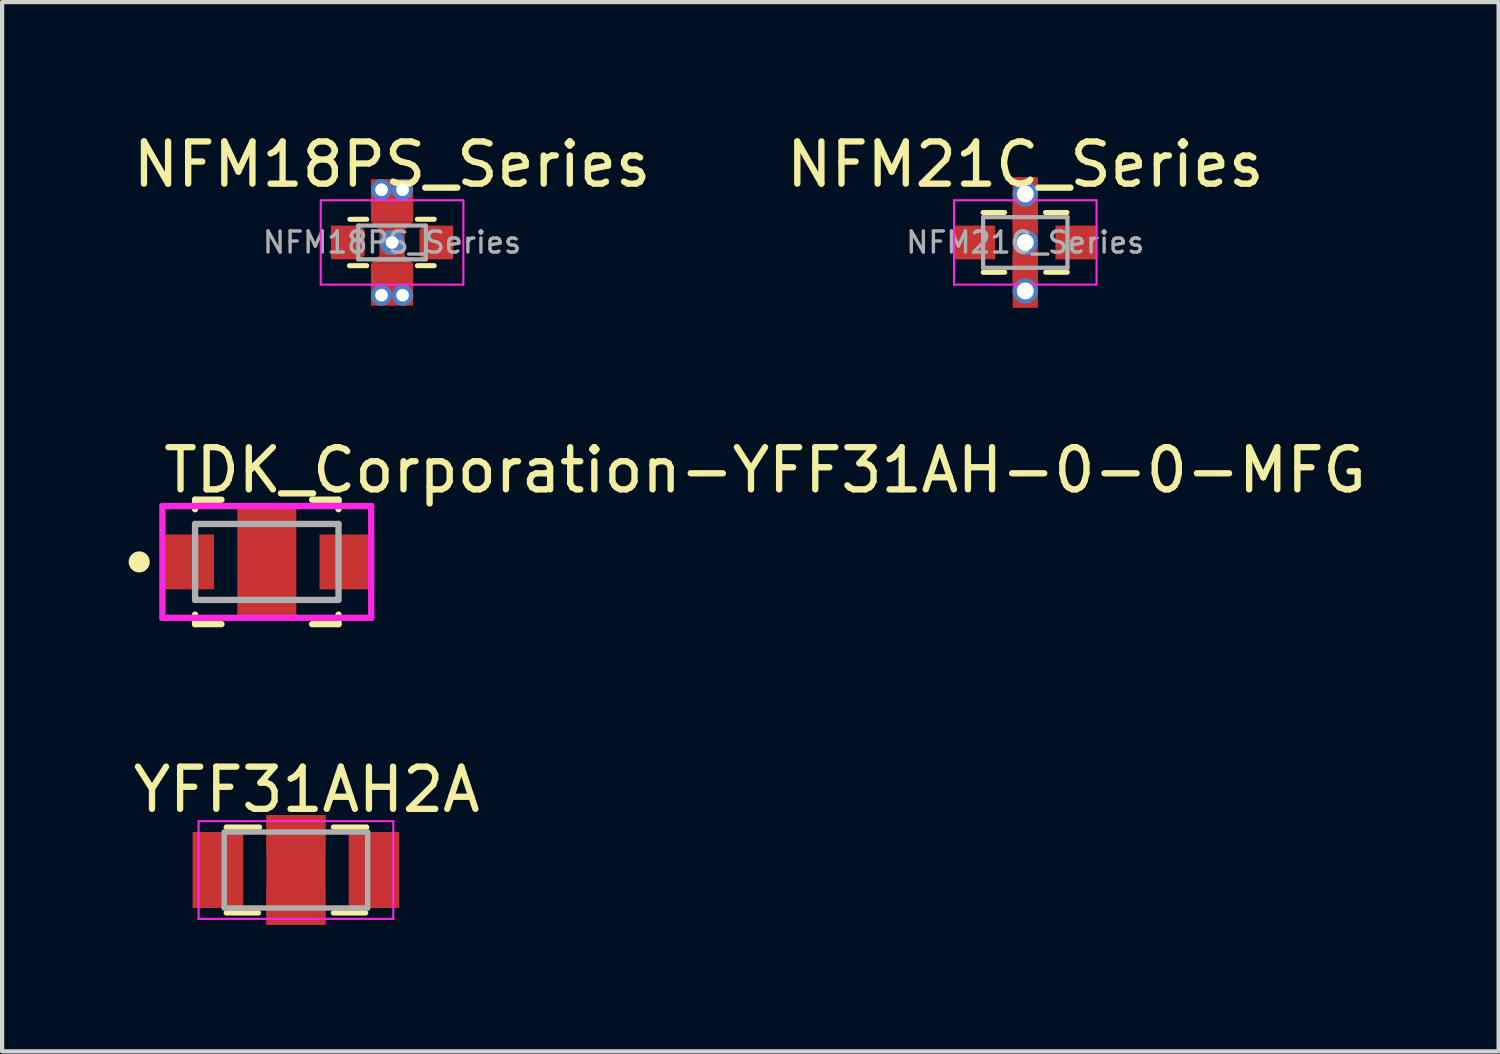
<source format=kicad_pcb>
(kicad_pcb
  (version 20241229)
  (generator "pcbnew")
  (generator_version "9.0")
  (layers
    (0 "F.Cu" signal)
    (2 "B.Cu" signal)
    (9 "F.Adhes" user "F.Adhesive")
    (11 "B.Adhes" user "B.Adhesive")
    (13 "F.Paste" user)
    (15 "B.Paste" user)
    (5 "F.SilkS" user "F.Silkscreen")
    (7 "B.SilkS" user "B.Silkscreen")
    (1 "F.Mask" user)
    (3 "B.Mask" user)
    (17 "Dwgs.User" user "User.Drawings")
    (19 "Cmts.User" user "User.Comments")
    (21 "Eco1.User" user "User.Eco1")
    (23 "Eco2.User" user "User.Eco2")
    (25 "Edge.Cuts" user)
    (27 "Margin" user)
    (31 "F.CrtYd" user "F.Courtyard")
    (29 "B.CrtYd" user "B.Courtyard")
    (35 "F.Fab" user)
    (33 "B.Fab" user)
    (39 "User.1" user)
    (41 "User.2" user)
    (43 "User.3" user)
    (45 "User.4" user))
  (footprint "NFM21C_Series"
    (layer "F.Cu")
    (at 21.256 2.698)
    (property "Reference" "NFM21C_Series" (at 0 -1.85 0) (layer "F.SilkS") (effects (font (size 1 1) (thickness 0.15))))
    (attr smd)
    (fp_line (start -1 -0.71) (end -0.49 -0.711) (stroke (width 0.12) (type solid)) (layer "F.SilkS"))
    (fp_line (start -0.996 0.709) (end -0.486 0.707) (stroke (width 0.12) (type solid)) (layer "F.SilkS"))
    (fp_line (start 0.988 -0.711) (end 0.478 -0.71) (stroke (width 0.12) (type solid)) (layer "F.SilkS"))
    (fp_line (start 0.996 0.706) (end 0.486 0.707) (stroke (width 0.12) (type solid)) (layer "F.SilkS"))
    (fp_line (start -1.69 -1) (end 1.69 -1) (stroke (width 0.05) (type solid)) (layer "F.CrtYd"))
    (fp_line (start -1.69 1) (end -1.69 -1) (stroke (width 0.05) (type solid)) (layer "F.CrtYd"))
    (fp_line (start 1.69 -1) (end 1.69 1) (stroke (width 0.05) (type solid)) (layer "F.CrtYd"))
    (fp_line (start 1.69 1) (end -1.69 1) (stroke (width 0.05) (type solid)) (layer "F.CrtYd"))
    (fp_line (start -1 -0.6) (end 1 -0.6) (stroke (width 0.1) (type solid)) (layer "F.Fab"))
    (fp_line (start -1 0.6) (end -1 -0.6) (stroke (width 0.1) (type solid)) (layer "F.Fab"))
    (fp_line (start 1 -0.6) (end 1 0.6) (stroke (width 0.1) (type solid)) (layer "F.Fab"))
    (fp_line (start 1 0.6) (end -1 0.6) (stroke (width 0.1) (type solid)) (layer "F.Fab"))
    (fp_text user "${REFERENCE}" (at 0 0 0) (layer "F.Fab") (effects (font (size 0.5 0.5) (thickness 0.08))))
    (pad "1" smd rect (at -1.2 0) (size 0.97 0.8) (layers "F.Cu" "F.Mask" "F.Paste"))
    (pad "2" thru_hole circle (at 0 -1.15) (size 0.6 0.6) (drill 0.4) (layers "*.Cu"))
    (pad "2" smd rect (at 0 -0.625) (size 0.6 0.65) (layers "F.Cu" "F.Mask" "F.Paste"))
    (pad "2" thru_hole circle (at 0 0) (size 0.6 0.6) (drill 0.4) (layers "*.Cu"))
    (pad "2" smd rect (at 0 0) (size 0.6 3.1) (layers "F.Cu"))
    (pad "2" smd rect (at 0 0.625) (size 0.6 0.65) (layers "F.Cu" "F.Mask" "F.Paste"))
    (pad "2" thru_hole circle (at 0 1.15) (size 0.6 0.6) (drill 0.4) (layers "*.Cu"))
    (pad "3" smd rect (at 1.2 0) (size 0.97 0.8) (layers "F.Cu" "F.Mask" "F.Paste")))
  (footprint "TDK_Corporation-YFF31AH-0-0-MFG"
    (layer "F.Cu")
    (at 3.275 10.271)
    (property "Reference" "TDK_Corporation-YFF31AH-0-0-MFG" (at -2.525 -2.175 0) (layer "F.SilkS") (effects (font (size 1 1) (thickness 0.15)) (justify left)))
    (attr through_hole)
    (fp_line (start -1.7 -1.475) (end -1.075 -1.475) (stroke (width 0.15) (type solid)) (layer "F.SilkS"))
    (fp_line (start -1.7 -1.25) (end -1.7 -1.475) (stroke (width 0.15) (type solid)) (layer "F.SilkS"))
    (fp_line (start -1.7 1.475) (end -1.7 1.25) (stroke (width 0.15) (type solid)) (layer "F.SilkS"))
    (fp_line (start -1.7 1.475) (end -1.075 1.475) (stroke (width 0.15) (type solid)) (layer "F.SilkS"))
    (fp_line (start 1.075 -1.475) (end 1.7 -1.475) (stroke (width 0.15) (type solid)) (layer "F.SilkS"))
    (fp_line (start 1.075 1.475) (end 1.7 1.475) (stroke (width 0.15) (type solid)) (layer "F.SilkS"))
    (fp_line (start 1.7 -1.25) (end 1.7 -1.475) (stroke (width 0.15) (type solid)) (layer "F.SilkS"))
    (fp_line (start 1.7 1.475) (end 1.7 1.25) (stroke (width 0.15) (type solid)) (layer "F.SilkS"))
    (fp_circle (center -3.025 0) (end -2.9 0) (stroke (width 0.25) (type solid)) (fill no) (layer "F.SilkS"))
    (fp_line (start -2.475 -1.325) (end -2.475 1.325) (stroke (width 0.15) (type solid)) (layer "F.CrtYd"))
    (fp_line (start -2.475 1.325) (end 2.475 1.325) (stroke (width 0.15) (type solid)) (layer "F.CrtYd"))
    (fp_line (start 2.475 -1.325) (end -2.475 -1.325) (stroke (width 0.15) (type solid)) (layer "F.CrtYd"))
    (fp_line (start 2.475 -1.325) (end 2.475 -1.325) (stroke (width 0.15) (type solid)) (layer "F.CrtYd"))
    (fp_line (start 2.475 1.325) (end 2.475 -1.325) (stroke (width 0.15) (type solid)) (layer "F.CrtYd"))
    (fp_line (start -1.7 -0.9) (end 1.7 -0.9) (stroke (width 0.15) (type solid)) (layer "F.Fab"))
    (fp_line (start -1.7 0.9) (end -1.7 -0.9) (stroke (width 0.15) (type solid)) (layer "F.Fab"))
    (fp_line (start 1.7 -0.9) (end 1.7 0.9) (stroke (width 0.15) (type solid)) (layer "F.Fab"))
    (fp_line (start 1.7 0.9) (end -1.7 0.9) (stroke (width 0.15) (type solid)) (layer "F.Fab"))
    (pad "" smd rect (at 0 -0.85) (size 1.4 0.9) (layers "F.Mask" "F.Paste"))
    (pad "" smd rect (at 0 0.85) (size 1.4 0.9) (layers "F.Mask" "F.Paste"))
    (pad "1" smd rect (at -1.85 0) (size 1.2 1.3) (layers "F.Cu" "F.Mask" "F.Paste"))
    (pad "2-4" smd rect (at 0 0) (size 1.4 2.6) (layers "F.Cu"))
    (pad "3" smd rect (at 1.85 0) (size 1.2 1.3) (layers "F.Cu" "F.Mask" "F.Paste")))
  (footprint "YFF31AH2A"
    (layer "F.Cu")
    (at 3.966 17.575)
    (property "Reference" "YFF31AH2A" (at 0.254 -1.905 0) (layer "F.SilkS") (effects (font (size 1 1) (thickness 0.15))))
    (attr smd)
    (fp_line (start -1.651 -1.016) (end -0.863 -1.016) (stroke (width 0.127) (type solid)) (layer "F.SilkS"))
    (fp_line (start -1.651 1.016) (end -0.889 1.016) (stroke (width 0.127) (type solid)) (layer "F.SilkS"))
    (fp_line (start 0.889 -1.016) (end 1.677 -1.016) (stroke (width 0.127) (type solid)) (layer "F.SilkS"))
    (fp_line (start 0.889 1.016) (end 1.651 1.016) (stroke (width 0.127) (type solid)) (layer "F.SilkS"))
    (fp_line (start -2.308 -1.158) (end 2.308 -1.158) (stroke (width 0.05) (type solid)) (layer "F.CrtYd"))
    (fp_line (start -2.308 1.158) (end -2.308 -1.158) (stroke (width 0.05) (type solid)) (layer "F.CrtYd"))
    (fp_line (start -2.308 1.158) (end 2.308 1.158) (stroke (width 0.05) (type solid)) (layer "F.CrtYd"))
    (fp_line (start 2.308 1.158) (end 2.308 -1.158) (stroke (width 0.05) (type solid)) (layer "F.CrtYd"))
    (fp_line (start -1.7 0.9) (end -1.7 -0.9) (stroke (width 0.127) (type solid)) (layer "F.Fab"))
    (fp_line (start 1.7 -0.9) (end -1.7 -0.9) (stroke (width 0.127) (type solid)) (layer "F.Fab"))
    (fp_line (start 1.7 0.9) (end -1.7 0.9) (stroke (width 0.127) (type solid)) (layer "F.Fab"))
    (fp_line (start 1.7 0.9) (end 1.7 -0.9) (stroke (width 0.127) (type solid)) (layer "F.Fab"))
    (pad "1" smd rect (at -1.85 0) (size 1.2 1.8) (layers "F.Cu" "F.Mask" "F.Paste"))
    (pad "2" smd rect (at 0 -0.85) (size 1.4 0.9) (layers "F.Cu" "F.Mask"))
    (pad "2" smd rect (at 0 0) (size 1.4 2.6) (layers "F.Cu" "F.Paste"))
    (pad "2" smd rect (at 0 0.85) (size 1.4 0.9) (layers "F.Cu" "F.Mask"))
    (pad "3" smd rect (at 1.85 0) (size 1.2 1.8) (layers "F.Cu" "F.Mask" "F.Paste")))
  (footprint "NFM18PS_Series"
    (layer "F.Cu")
    (at 6.244 2.698)
    (property "Reference" "NFM18PS_Series" (at 0 -1.85 0) (layer "F.SilkS") (effects (font (size 1 1) (thickness 0.15))))
    (attr smd)
    (fp_line (start -1.01 0.551) (end -0.6 0.55) (stroke (width 0.12) (type solid)) (layer "F.SilkS"))
    (fp_line (start -1 -0.549) (end -0.6 -0.55) (stroke (width 0.12) (type solid)) (layer "F.SilkS"))
    (fp_line (start 1 -0.55) (end 0.6 -0.55) (stroke (width 0.12) (type solid)) (layer "F.SilkS"))
    (fp_line (start 1 0.55) (end 0.6 0.55) (stroke (width 0.12) (type solid)) (layer "F.SilkS"))
    (fp_line (start -1.69 -1) (end 1.69 -1) (stroke (width 0.05) (type solid)) (layer "F.CrtYd"))
    (fp_line (start -1.69 1) (end -1.69 -1) (stroke (width 0.05) (type solid)) (layer "F.CrtYd"))
    (fp_line (start 1.69 -1) (end 1.69 1) (stroke (width 0.05) (type solid)) (layer "F.CrtYd"))
    (fp_line (start 1.69 1) (end -1.69 1) (stroke (width 0.05) (type solid)) (layer "F.CrtYd"))
    (fp_line (start -0.8 -0.4) (end 0.8 -0.4) (stroke (width 0.1) (type solid)) (layer "F.Fab"))
    (fp_line (start -0.8 0.4) (end -0.8 -0.4) (stroke (width 0.1) (type solid)) (layer "F.Fab"))
    (fp_line (start 0.8 -0.4) (end 0.8 0.4) (stroke (width 0.1) (type solid)) (layer "F.Fab"))
    (fp_line (start 0.8 0.4) (end -0.8 0.4) (stroke (width 0.1) (type solid)) (layer "F.Fab"))
    (fp_text user "${REFERENCE}" (at 0 0 0) (layer "F.Fab") (effects (font (size 0.5 0.5) (thickness 0.08))))
    (pad "1" smd rect (at -1.1 0 180) (size 0.7 0.8) (layers "F.Cu" "F.Mask" "F.Paste"))
    (pad "1" smd trapezoid (at -0.7 0 270) (size 0.7 0.1) (rect_delta 0 0.1) (layers "F.Cu" "F.Mask" "F.Paste"))
    (pad "2" thru_hole circle (at -0.25 -1.25) (size 0.5 0.5) (drill 0.3) (layers "*.Cu"))
    (pad "2" thru_hole circle (at -0.25 1.25) (size 0.5 0.5) (drill 0.3) (layers "*.Cu"))
    (pad "2" smd rect (at 0 -1 180) (size 1 1) (layers "F.Cu"))
    (pad "2" smd rect (at 0 -0.8 180) (size 1 0.6) (layers "F.Cu" "F.Mask" "F.Paste"))
    (pad "2" smd trapezoid (at 0 -0.4 180) (size 0.8 0.2) (rect_delta 0 0.2) (layers "F.Cu" "F.Mask" "F.Paste"))
    (pad "2" thru_hole circle (at 0 0) (size 0.6 0.6) (drill 0.3) (layers "*.Cu"))
    (pad "2" smd rect (at 0 0) (size 0.6 0.6) (layers "F.Cu"))
    (pad "2" smd trapezoid (at 0 0.4) (size 0.8 0.2) (rect_delta 0 0.2) (layers "F.Cu" "F.Mask" "F.Paste"))
    (pad "2" smd rect (at 0 0.8 180) (size 1 0.6) (layers "F.Cu" "F.Mask" "F.Paste"))
    (pad "2" smd rect (at 0 1) (size 1 1) (layers "F.Cu"))
    (pad "2" thru_hole circle (at 0.25 -1.25) (size 0.5 0.5) (drill 0.3) (layers "*.Cu"))
    (pad "2" thru_hole circle (at 0.25 1.25) (size 0.5 0.5) (drill 0.3) (layers "*.Cu"))
    (pad "3" smd trapezoid (at 0.7 0 90) (size 0.7 0.1) (rect_delta 0 0.1) (layers "F.Cu" "F.Mask" "F.Paste"))
    (pad "3" smd rect (at 1.1 0) (size 0.7 0.8) (layers "F.Cu" "F.Mask" "F.Paste")))
  (gr_rect
    (start -3 -3)
    (end 32.476 21.875)
    (stroke (width 0.1) (type default))
    (fill no)
    (layer "Edge.Cuts")))
</source>
